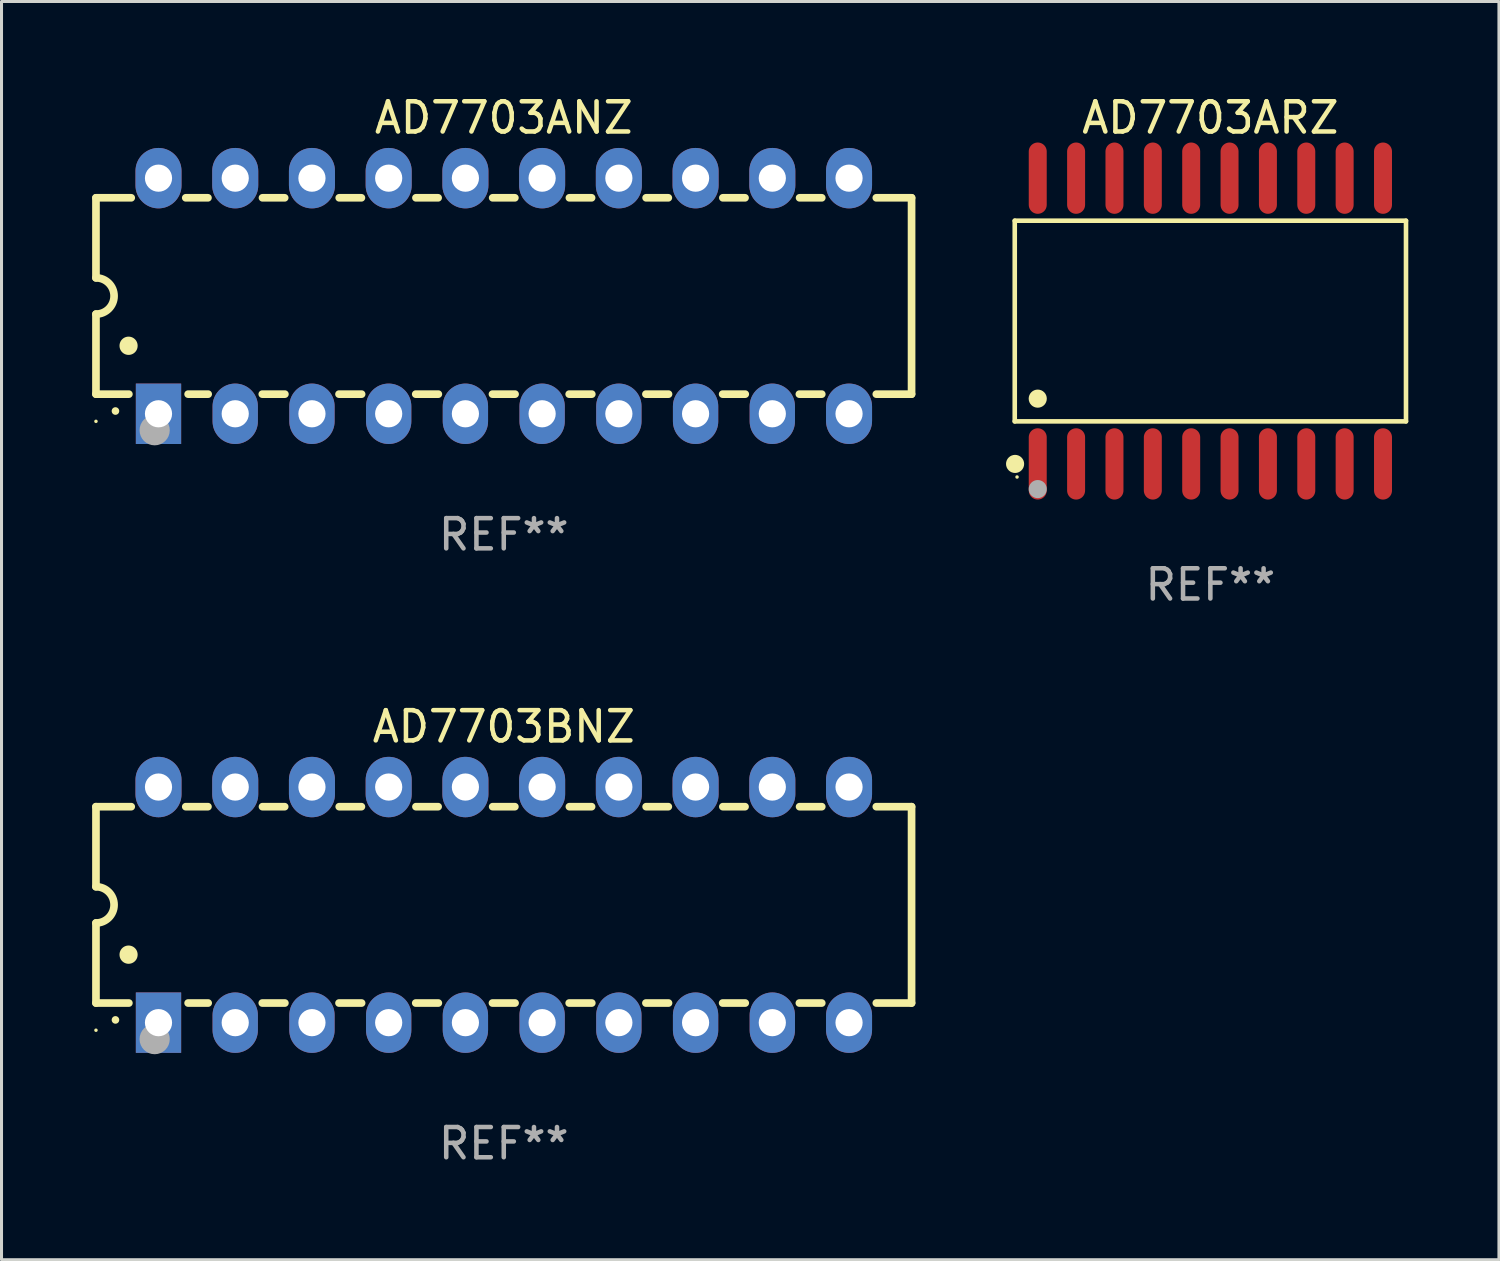
<source format=kicad_pcb>
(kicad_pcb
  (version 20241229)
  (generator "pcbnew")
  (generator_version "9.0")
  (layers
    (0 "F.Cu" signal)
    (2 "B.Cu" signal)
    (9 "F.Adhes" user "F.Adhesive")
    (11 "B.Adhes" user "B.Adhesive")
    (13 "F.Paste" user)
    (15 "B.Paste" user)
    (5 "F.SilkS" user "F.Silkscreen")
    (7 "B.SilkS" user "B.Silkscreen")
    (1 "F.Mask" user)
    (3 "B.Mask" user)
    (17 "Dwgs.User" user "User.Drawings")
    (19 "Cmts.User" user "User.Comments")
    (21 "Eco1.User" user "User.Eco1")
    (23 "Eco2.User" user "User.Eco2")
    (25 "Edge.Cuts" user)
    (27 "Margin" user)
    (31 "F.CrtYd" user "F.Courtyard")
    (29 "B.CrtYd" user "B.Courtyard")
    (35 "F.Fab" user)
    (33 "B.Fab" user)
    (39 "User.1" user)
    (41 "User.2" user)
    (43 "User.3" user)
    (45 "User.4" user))
  (footprint "AD7703ANZ"
    (layer "F.Cu")
    (at 13.627 6.748)
    (property "Reference" "AD7703ANZ" (at 0 -5.9 0) (layer "F.SilkS") (effects (font (size 1 1) (thickness 0.15))))
    (attr through_hole)
    (fp_line (start -13.5 -3.25) (end -12.333 -3.25) (stroke (width 0.254) (type solid)) (layer "F.SilkS"))
    (fp_line (start -13.5 -0.6) (end -13.5 -3.25) (stroke (width 0.254) (type solid)) (layer "F.SilkS"))
    (fp_line (start -13.5 3.25) (end -13.5 0.6) (stroke (width 0.254) (type solid)) (layer "F.SilkS"))
    (fp_line (start -13.5 3.25) (end -12.411 3.25) (stroke (width 0.254) (type solid)) (layer "F.SilkS"))
    (fp_line (start -10.527 -3.25) (end -9.793 -3.25) (stroke (width 0.254) (type solid)) (layer "F.SilkS"))
    (fp_line (start -10.449 3.25) (end -9.786 3.25) (stroke (width 0.254) (type solid)) (layer "F.SilkS"))
    (fp_line (start -7.994 3.25) (end -7.246 3.25) (stroke (width 0.254) (type solid)) (layer "F.SilkS"))
    (fp_line (start -7.987 -3.25) (end -7.253 -3.25) (stroke (width 0.254) (type solid)) (layer "F.SilkS"))
    (fp_line (start -5.454 3.25) (end -4.706 3.25) (stroke (width 0.254) (type solid)) (layer "F.SilkS"))
    (fp_line (start -5.447 -3.25) (end -4.713 -3.25) (stroke (width 0.254) (type solid)) (layer "F.SilkS"))
    (fp_line (start -2.914 3.25) (end -2.166 3.25) (stroke (width 0.254) (type solid)) (layer "F.SilkS"))
    (fp_line (start -2.907 -3.25) (end -2.173 -3.25) (stroke (width 0.254) (type solid)) (layer "F.SilkS"))
    (fp_line (start -0.374 3.25) (end 0.374 3.25) (stroke (width 0.254) (type solid)) (layer "F.SilkS"))
    (fp_line (start -0.367 -3.25) (end 0.367 -3.25) (stroke (width 0.254) (type solid)) (layer "F.SilkS"))
    (fp_line (start 2.166 3.25) (end 2.914 3.25) (stroke (width 0.254) (type solid)) (layer "F.SilkS"))
    (fp_line (start 2.173 -3.25) (end 2.907 -3.25) (stroke (width 0.254) (type solid)) (layer "F.SilkS"))
    (fp_line (start 4.706 3.25) (end 5.454 3.25) (stroke (width 0.254) (type solid)) (layer "F.SilkS"))
    (fp_line (start 4.713 -3.25) (end 5.447 -3.25) (stroke (width 0.254) (type solid)) (layer "F.SilkS"))
    (fp_line (start 7.246 3.25) (end 7.994 3.25) (stroke (width 0.254) (type solid)) (layer "F.SilkS"))
    (fp_line (start 7.253 -3.25) (end 7.987 -3.25) (stroke (width 0.254) (type solid)) (layer "F.SilkS"))
    (fp_line (start 9.786 3.25) (end 10.527 3.25) (stroke (width 0.254) (type solid)) (layer "F.SilkS"))
    (fp_line (start 9.793 -3.25) (end 10.527 -3.25) (stroke (width 0.254) (type solid)) (layer "F.SilkS"))
    (fp_line (start 12.333 -3.25) (end 13.5 -3.25) (stroke (width 0.254) (type solid)) (layer "F.SilkS"))
    (fp_line (start 12.333 3.25) (end 13.5 3.25) (stroke (width 0.254) (type solid)) (layer "F.SilkS"))
    (fp_line (start 13.5 -3.25) (end 13.5 3.25) (stroke (width 0.254) (type solid)) (layer "F.SilkS"))
    (fp_arc (start -13.500127 -0.599442) (mid -12.900406 0.000228) (end -13.500025 0.6) (stroke (width 0.254001) (type solid)) (layer "F.SilkS"))
    (fp_arc (start -12.854966 3.810008) (mid -12.854973 3.808738) (end -12.854966 3.807468) (stroke (width 0.25) (type solid)) (layer "F.SilkS"))
    (fp_arc (start -12.420625 1.651003) (mid -12.420636 1.648463) (end -12.420625 1.645923) (stroke (width 0.6) (type solid)) (layer "F.SilkS"))
    (fp_circle (center -13.5 4.15) (end -13.47 4.15) (stroke (width 0.06) (type solid)) (fill no) (layer "F.SilkS"))
    (fp_circle (center -11.557 4.445) (end -11.307 4.445) (stroke (width 0.5) (type solid)) (fill no) (layer "F.Fab"))
    (fp_text user "REF**" (at 0 7.9 0) (layer "F.Fab") (effects (font (size 1 1) (thickness 0.15))))
    (pad "1" thru_hole rect (at -11.43 3.9 90) (size 2 1.5) (drill 0.9) (layers "*.Cu" "*.Mask"))
    (pad "2" thru_hole oval (at -8.89 3.9 90) (size 2 1.5) (drill 0.9) (layers "*.Cu" "*.Mask"))
    (pad "3" thru_hole oval (at -6.35 3.9 90) (size 2 1.5) (drill 0.9) (layers "*.Cu" "*.Mask"))
    (pad "4" thru_hole oval (at -3.81 3.9 90) (size 2 1.5) (drill 0.9) (layers "*.Cu" "*.Mask"))
    (pad "5" thru_hole oval (at -1.27 3.9 90) (size 2 1.5) (drill 0.9) (layers "*.Cu" "*.Mask"))
    (pad "6" thru_hole oval (at 1.27 3.9 90) (size 2 1.5) (drill 0.9) (layers "*.Cu" "*.Mask"))
    (pad "7" thru_hole oval (at 3.81 3.9 90) (size 2 1.5) (drill 0.9) (layers "*.Cu" "*.Mask"))
    (pad "8" thru_hole oval (at 6.35 3.9 90) (size 2 1.5) (drill 0.9) (layers "*.Cu" "*.Mask"))
    (pad "9" thru_hole oval (at 8.89 3.9 90) (size 2 1.5) (drill 0.9) (layers "*.Cu" "*.Mask"))
    (pad "10" thru_hole oval (at 11.43 3.9 90) (size 2 1.524) (drill 0.9) (layers "*.Cu" "*.Mask"))
    (pad "11" thru_hole oval (at 11.43 -3.9 90) (size 2 1.524) (drill 0.9) (layers "*.Cu" "*.Mask"))
    (pad "12" thru_hole oval (at 8.89 -3.9 90) (size 2 1.524) (drill 0.9) (layers "*.Cu" "*.Mask"))
    (pad "13" thru_hole oval (at 6.35 -3.9 90) (size 2 1.524) (drill 0.9) (layers "*.Cu" "*.Mask"))
    (pad "14" thru_hole oval (at 3.81 -3.9 90) (size 2 1.524) (drill 0.9) (layers "*.Cu" "*.Mask"))
    (pad "15" thru_hole oval (at 1.27 -3.9 90) (size 2 1.524) (drill 0.9) (layers "*.Cu" "*.Mask"))
    (pad "16" thru_hole oval (at -1.27 -3.9 90) (size 2 1.524) (drill 0.9) (layers "*.Cu" "*.Mask"))
    (pad "17" thru_hole oval (at -3.81 -3.9 90) (size 2 1.524) (drill 0.9) (layers "*.Cu" "*.Mask"))
    (pad "18" thru_hole oval (at -6.35 -3.9 90) (size 2 1.524) (drill 0.9) (layers "*.Cu" "*.Mask"))
    (pad "19" thru_hole oval (at -8.89 -3.9 90) (size 2 1.524) (drill 0.9) (layers "*.Cu" "*.Mask"))
    (pad "20" thru_hole oval (at -11.43 -3.9 90) (size 2 1.524) (drill 0.9) (layers "*.Cu" "*.Mask")))
  (footprint "AD7703BNZ"
    (layer "F.Cu")
    (at 13.627 26.905)
    (property "Reference" "AD7703BNZ" (at 0 -5.9 0) (layer "F.SilkS") (effects (font (size 1 1) (thickness 0.15))))
    (attr through_hole)
    (fp_line (start -13.5 -3.25) (end -12.333 -3.25) (stroke (width 0.254) (type solid)) (layer "F.SilkS"))
    (fp_line (start -13.5 -0.6) (end -13.5 -3.25) (stroke (width 0.254) (type solid)) (layer "F.SilkS"))
    (fp_line (start -13.5 3.25) (end -13.5 0.6) (stroke (width 0.254) (type solid)) (layer "F.SilkS"))
    (fp_line (start -13.5 3.25) (end -12.411 3.25) (stroke (width 0.254) (type solid)) (layer "F.SilkS"))
    (fp_line (start -10.527 -3.25) (end -9.793 -3.25) (stroke (width 0.254) (type solid)) (layer "F.SilkS"))
    (fp_line (start -10.449 3.25) (end -9.786 3.25) (stroke (width 0.254) (type solid)) (layer "F.SilkS"))
    (fp_line (start -7.994 3.25) (end -7.246 3.25) (stroke (width 0.254) (type solid)) (layer "F.SilkS"))
    (fp_line (start -7.987 -3.25) (end -7.253 -3.25) (stroke (width 0.254) (type solid)) (layer "F.SilkS"))
    (fp_line (start -5.454 3.25) (end -4.706 3.25) (stroke (width 0.254) (type solid)) (layer "F.SilkS"))
    (fp_line (start -5.447 -3.25) (end -4.713 -3.25) (stroke (width 0.254) (type solid)) (layer "F.SilkS"))
    (fp_line (start -2.914 3.25) (end -2.166 3.25) (stroke (width 0.254) (type solid)) (layer "F.SilkS"))
    (fp_line (start -2.907 -3.25) (end -2.173 -3.25) (stroke (width 0.254) (type solid)) (layer "F.SilkS"))
    (fp_line (start -0.374 3.25) (end 0.374 3.25) (stroke (width 0.254) (type solid)) (layer "F.SilkS"))
    (fp_line (start -0.367 -3.25) (end 0.367 -3.25) (stroke (width 0.254) (type solid)) (layer "F.SilkS"))
    (fp_line (start 2.166 3.25) (end 2.914 3.25) (stroke (width 0.254) (type solid)) (layer "F.SilkS"))
    (fp_line (start 2.173 -3.25) (end 2.907 -3.25) (stroke (width 0.254) (type solid)) (layer "F.SilkS"))
    (fp_line (start 4.706 3.25) (end 5.454 3.25) (stroke (width 0.254) (type solid)) (layer "F.SilkS"))
    (fp_line (start 4.713 -3.25) (end 5.447 -3.25) (stroke (width 0.254) (type solid)) (layer "F.SilkS"))
    (fp_line (start 7.246 3.25) (end 7.994 3.25) (stroke (width 0.254) (type solid)) (layer "F.SilkS"))
    (fp_line (start 7.253 -3.25) (end 7.987 -3.25) (stroke (width 0.254) (type solid)) (layer "F.SilkS"))
    (fp_line (start 9.786 3.25) (end 10.527 3.25) (stroke (width 0.254) (type solid)) (layer "F.SilkS"))
    (fp_line (start 9.793 -3.25) (end 10.527 -3.25) (stroke (width 0.254) (type solid)) (layer "F.SilkS"))
    (fp_line (start 12.333 -3.25) (end 13.5 -3.25) (stroke (width 0.254) (type solid)) (layer "F.SilkS"))
    (fp_line (start 12.333 3.25) (end 13.5 3.25) (stroke (width 0.254) (type solid)) (layer "F.SilkS"))
    (fp_line (start 13.5 -3.25) (end 13.5 3.25) (stroke (width 0.254) (type solid)) (layer "F.SilkS"))
    (fp_arc (start -13.500127 -0.599442) (mid -12.900406 0.000228) (end -13.500025 0.6) (stroke (width 0.254001) (type solid)) (layer "F.SilkS"))
    (fp_arc (start -12.854966 3.810008) (mid -12.854973 3.808738) (end -12.854966 3.807468) (stroke (width 0.25) (type solid)) (layer "F.SilkS"))
    (fp_arc (start -12.420625 1.651003) (mid -12.420636 1.648463) (end -12.420625 1.645923) (stroke (width 0.6) (type solid)) (layer "F.SilkS"))
    (fp_circle (center -13.5 4.15) (end -13.47 4.15) (stroke (width 0.06) (type solid)) (fill no) (layer "F.SilkS"))
    (fp_circle (center -11.557 4.445) (end -11.307 4.445) (stroke (width 0.5) (type solid)) (fill no) (layer "F.Fab"))
    (fp_text user "REF**" (at 0 7.9 0) (layer "F.Fab") (effects (font (size 1 1) (thickness 0.15))))
    (pad "1" thru_hole rect (at -11.43 3.9 90) (size 2 1.5) (drill 0.9) (layers "*.Cu" "*.Mask"))
    (pad "2" thru_hole oval (at -8.89 3.9 90) (size 2 1.5) (drill 0.9) (layers "*.Cu" "*.Mask"))
    (pad "3" thru_hole oval (at -6.35 3.9 90) (size 2 1.5) (drill 0.9) (layers "*.Cu" "*.Mask"))
    (pad "4" thru_hole oval (at -3.81 3.9 90) (size 2 1.5) (drill 0.9) (layers "*.Cu" "*.Mask"))
    (pad "5" thru_hole oval (at -1.27 3.9 90) (size 2 1.5) (drill 0.9) (layers "*.Cu" "*.Mask"))
    (pad "6" thru_hole oval (at 1.27 3.9 90) (size 2 1.5) (drill 0.9) (layers "*.Cu" "*.Mask"))
    (pad "7" thru_hole oval (at 3.81 3.9 90) (size 2 1.5) (drill 0.9) (layers "*.Cu" "*.Mask"))
    (pad "8" thru_hole oval (at 6.35 3.9 90) (size 2 1.5) (drill 0.9) (layers "*.Cu" "*.Mask"))
    (pad "9" thru_hole oval (at 8.89 3.9 90) (size 2 1.5) (drill 0.9) (layers "*.Cu" "*.Mask"))
    (pad "10" thru_hole oval (at 11.43 3.9 90) (size 2 1.524) (drill 0.9) (layers "*.Cu" "*.Mask"))
    (pad "11" thru_hole oval (at 11.43 -3.9 90) (size 2 1.524) (drill 0.9) (layers "*.Cu" "*.Mask"))
    (pad "12" thru_hole oval (at 8.89 -3.9 90) (size 2 1.524) (drill 0.9) (layers "*.Cu" "*.Mask"))
    (pad "13" thru_hole oval (at 6.35 -3.9 90) (size 2 1.524) (drill 0.9) (layers "*.Cu" "*.Mask"))
    (pad "14" thru_hole oval (at 3.81 -3.9 90) (size 2 1.524) (drill 0.9) (layers "*.Cu" "*.Mask"))
    (pad "15" thru_hole oval (at 1.27 -3.9 90) (size 2 1.524) (drill 0.9) (layers "*.Cu" "*.Mask"))
    (pad "16" thru_hole oval (at -1.27 -3.9 90) (size 2 1.524) (drill 0.9) (layers "*.Cu" "*.Mask"))
    (pad "17" thru_hole oval (at -3.81 -3.9 90) (size 2 1.524) (drill 0.9) (layers "*.Cu" "*.Mask"))
    (pad "18" thru_hole oval (at -6.35 -3.9 90) (size 2 1.524) (drill 0.9) (layers "*.Cu" "*.Mask"))
    (pad "19" thru_hole oval (at -8.89 -3.9 90) (size 2 1.524) (drill 0.9) (layers "*.Cu" "*.Mask"))
    (pad "20" thru_hole oval (at -11.43 -3.9 90) (size 2 1.524) (drill 0.9) (layers "*.Cu" "*.Mask")))
  (footprint "AD7703ARZ"
    (layer "F.Cu")
    (at 37.019 7.578)
    (property "Reference" "AD7703ARZ" (at 0 -6.73 0) (layer "F.SilkS") (effects (font (size 1 1) (thickness 0.15))))
    (attr through_hole)
    (fp_line (start -6.476 -3.321) (end 6.476 -3.321) (stroke (width 0.152) (type solid)) (layer "F.SilkS"))
    (fp_line (start -6.476 3.321) (end -6.476 -3.321) (stroke (width 0.152) (type solid)) (layer "F.SilkS"))
    (fp_line (start 6.476 -3.321) (end 6.476 3.321) (stroke (width 0.152) (type solid)) (layer "F.SilkS"))
    (fp_line (start 6.476 3.321) (end -6.476 3.321) (stroke (width 0.152) (type solid)) (layer "F.SilkS"))
    (fp_circle (center -6.465 4.73) (end -6.315 4.73) (stroke (width 0.3) (type solid)) (fill no) (layer "F.SilkS"))
    (fp_circle (center -6.4 5.163) (end -6.37 5.163) (stroke (width 0.06) (type solid)) (fill no) (layer "F.SilkS"))
    (fp_circle (center -5.715 2.569) (end -5.565 2.569) (stroke (width 0.3) (type solid)) (fill no) (layer "F.SilkS"))
    (fp_circle (center -5.715 5.563) (end -5.565 5.563) (stroke (width 0.3) (type solid)) (fill no) (layer "F.Fab"))
    (fp_text user "REF**" (at 0 8.73 0) (layer "F.Fab") (effects (font (size 1 1) (thickness 0.15))))
    (pad "1" smd oval (at -5.715 4.73) (size 0.595 2.36) (layers "F.Cu" "F.Mask" "F.Paste"))
    (pad "2" smd oval (at -4.445 4.73) (size 0.595 2.36) (layers "F.Cu" "F.Mask" "F.Paste"))
    (pad "3" smd oval (at -3.175 4.73) (size 0.595 2.36) (layers "F.Cu" "F.Mask" "F.Paste"))
    (pad "4" smd oval (at -1.905 4.73) (size 0.595 2.36) (layers "F.Cu" "F.Mask" "F.Paste"))
    (pad "5" smd oval (at -0.635 4.73) (size 0.595 2.36) (layers "F.Cu" "F.Mask" "F.Paste"))
    (pad "6" smd oval (at 0.635 4.73) (size 0.595 2.36) (layers "F.Cu" "F.Mask" "F.Paste"))
    (pad "7" smd oval (at 1.905 4.73) (size 0.595 2.36) (layers "F.Cu" "F.Mask" "F.Paste"))
    (pad "8" smd oval (at 3.175 4.73) (size 0.595 2.36) (layers "F.Cu" "F.Mask" "F.Paste"))
    (pad "9" smd oval (at 4.445 4.73) (size 0.595 2.36) (layers "F.Cu" "F.Mask" "F.Paste"))
    (pad "10" smd oval (at 5.715 4.73) (size 0.595 2.36) (layers "F.Cu" "F.Mask" "F.Paste"))
    (pad "11" smd oval (at 5.715 -4.73) (size 0.595 2.36) (layers "F.Cu" "F.Mask" "F.Paste"))
    (pad "12" smd oval (at 4.445 -4.73) (size 0.595 2.36) (layers "F.Cu" "F.Mask" "F.Paste"))
    (pad "13" smd oval (at 3.175 -4.73) (size 0.595 2.36) (layers "F.Cu" "F.Mask" "F.Paste"))
    (pad "14" smd oval (at 1.905 -4.73) (size 0.595 2.36) (layers "F.Cu" "F.Mask" "F.Paste"))
    (pad "15" smd oval (at 0.635 -4.73) (size 0.595 2.36) (layers "F.Cu" "F.Mask" "F.Paste"))
    (pad "16" smd oval (at -0.635 -4.73) (size 0.595 2.36) (layers "F.Cu" "F.Mask" "F.Paste"))
    (pad "17" smd oval (at -1.905 -4.73) (size 0.595 2.36) (layers "F.Cu" "F.Mask" "F.Paste"))
    (pad "18" smd oval (at -3.175 -4.73) (size 0.595 2.36) (layers "F.Cu" "F.Mask" "F.Paste"))
    (pad "19" smd oval (at -4.445 -4.73) (size 0.595 2.36) (layers "F.Cu" "F.Mask" "F.Paste"))
    (pad "20" smd oval (at -5.715 -4.73) (size 0.595 2.36) (layers "F.Cu" "F.Mask" "F.Paste")))
  (gr_rect
    (start -3 -3)
    (end 46.572 38.653)
    (stroke (width 0.1) (type default))
    (fill no)
    (layer "Edge.Cuts")))
</source>
